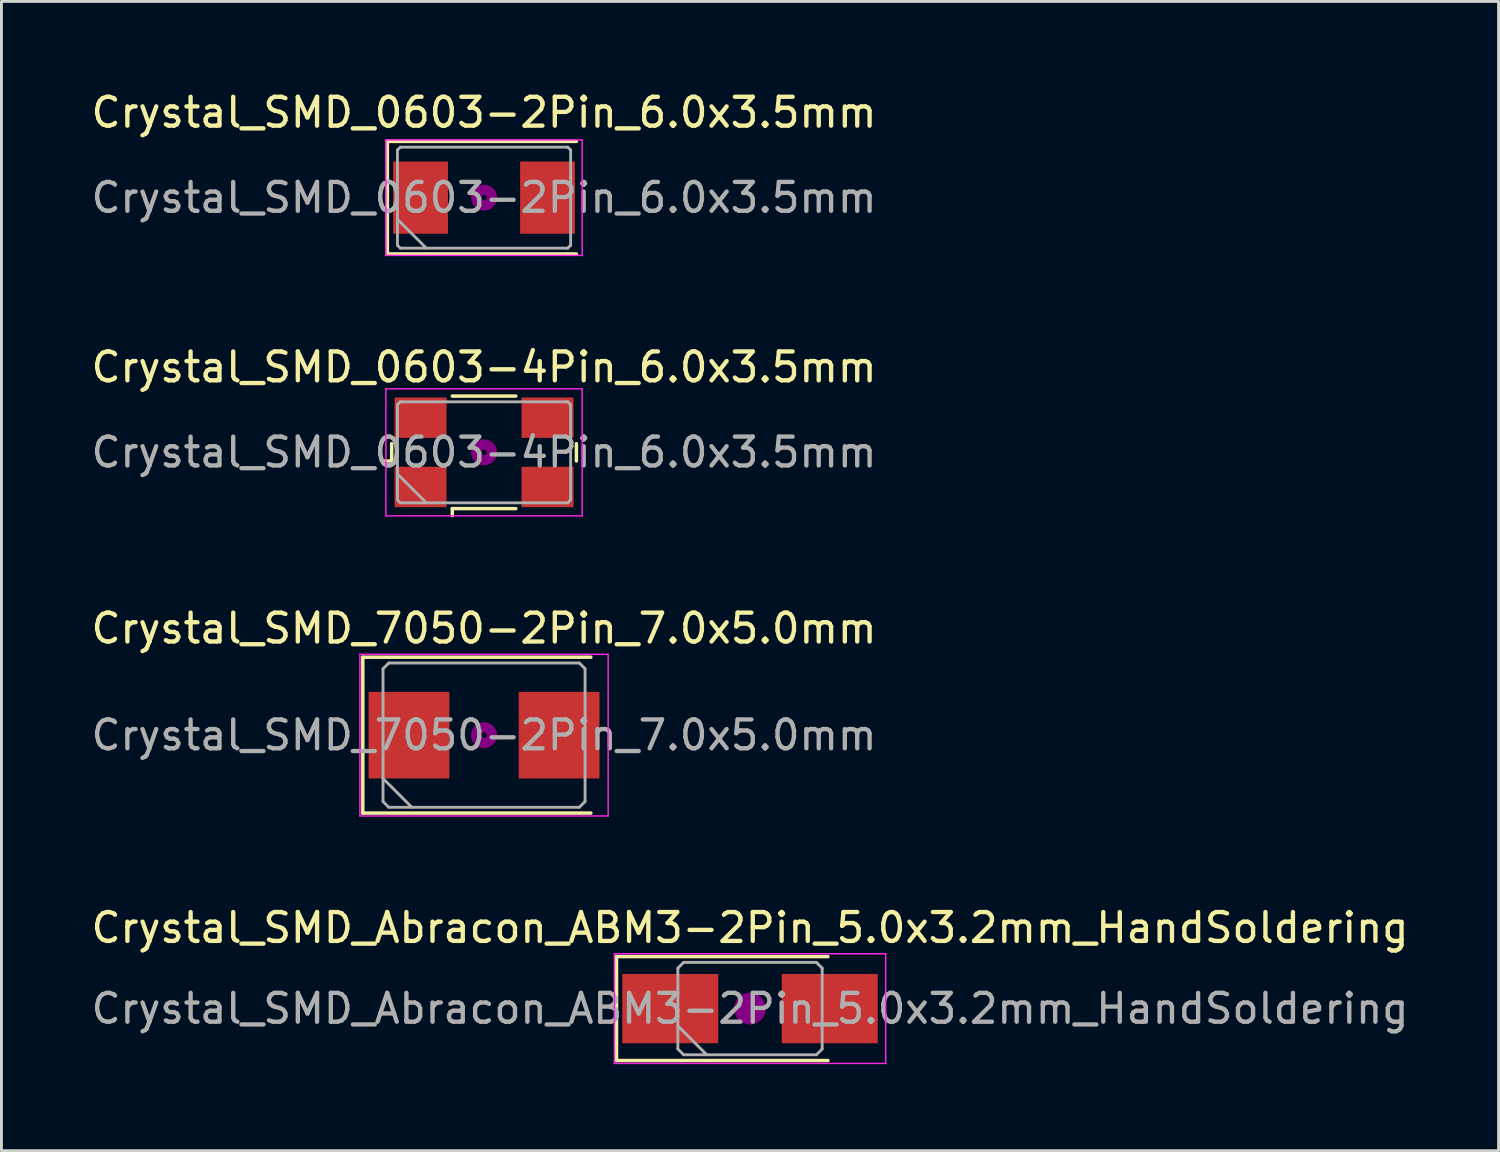
<source format=kicad_pcb>
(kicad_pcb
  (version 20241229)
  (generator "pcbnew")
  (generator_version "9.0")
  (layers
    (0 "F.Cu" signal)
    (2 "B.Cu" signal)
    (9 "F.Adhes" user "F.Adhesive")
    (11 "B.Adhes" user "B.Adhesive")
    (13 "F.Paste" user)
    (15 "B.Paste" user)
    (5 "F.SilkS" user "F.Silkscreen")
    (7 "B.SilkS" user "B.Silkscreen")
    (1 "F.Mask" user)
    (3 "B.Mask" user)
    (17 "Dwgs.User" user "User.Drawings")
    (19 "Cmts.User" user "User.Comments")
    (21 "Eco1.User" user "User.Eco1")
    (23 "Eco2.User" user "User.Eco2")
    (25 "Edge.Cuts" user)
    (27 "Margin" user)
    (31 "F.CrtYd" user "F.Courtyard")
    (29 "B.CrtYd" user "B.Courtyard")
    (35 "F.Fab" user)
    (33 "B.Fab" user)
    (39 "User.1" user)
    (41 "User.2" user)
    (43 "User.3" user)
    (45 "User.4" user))
  (footprint "Crystal_SMD_Abracon_ABM3-2Pin_5.0x3.2mm_HandSoldering"
    (layer "F.Cu")
    (at 22.935 31.893)
    (property "Reference" "Crystal_SMD_Abracon_ABM3-2Pin_5.0x3.2mm_HandSoldering" (at 0 -2.8 0) (layer "F.SilkS") (effects (font (size 1 1) (thickness 0.15))))
    (attr smd)
    (fp_line (start -4.625 -1.8) (end -4.625 1.8) (stroke (width 0.12) (type solid)) (layer "F.SilkS"))
    (fp_line (start -4.625 1.8) (end 2.7 1.8) (stroke (width 0.12) (type solid)) (layer "F.SilkS"))
    (fp_line (start 2.7 -1.8) (end -4.625 -1.8) (stroke (width 0.12) (type solid)) (layer "F.SilkS"))
    (fp_circle (center 0 0) (end 0.117 0) (stroke (width 0.233) (type solid)) (fill no) (layer "F.Adhes"))
    (fp_circle (center 0 0) (end 0.267 0) (stroke (width 0.167) (type solid)) (fill no) (layer "F.Adhes"))
    (fp_circle (center 0 0) (end 0.417 0) (stroke (width 0.167) (type solid)) (fill no) (layer "F.Adhes"))
    (fp_circle (center 0 0) (end 0.5 0) (stroke (width 0.1) (type solid)) (fill no) (layer "F.Adhes"))
    (fp_line (start -4.7 -1.9) (end -4.7 1.9) (stroke (width 0.05) (type solid)) (layer "F.CrtYd"))
    (fp_line (start -4.7 1.9) (end 4.7 1.9) (stroke (width 0.05) (type solid)) (layer "F.CrtYd"))
    (fp_line (start 4.7 -1.9) (end -4.7 -1.9) (stroke (width 0.05) (type solid)) (layer "F.CrtYd"))
    (fp_line (start 4.7 1.9) (end 4.7 -1.9) (stroke (width 0.05) (type solid)) (layer "F.CrtYd"))
    (fp_line (start -2.5 -1.4) (end -2.3 -1.6) (stroke (width 0.1) (type solid)) (layer "F.Fab"))
    (fp_line (start -2.5 0.6) (end -1.5 1.6) (stroke (width 0.1) (type solid)) (layer "F.Fab"))
    (fp_line (start -2.5 1.4) (end -2.5 -1.4) (stroke (width 0.1) (type solid)) (layer "F.Fab"))
    (fp_line (start -2.3 -1.6) (end 2.3 -1.6) (stroke (width 0.1) (type solid)) (layer "F.Fab"))
    (fp_line (start -2.3 1.6) (end -2.5 1.4) (stroke (width 0.1) (type solid)) (layer "F.Fab"))
    (fp_line (start 2.3 -1.6) (end 2.5 -1.4) (stroke (width 0.1) (type solid)) (layer "F.Fab"))
    (fp_line (start 2.3 1.6) (end -2.3 1.6) (stroke (width 0.1) (type solid)) (layer "F.Fab"))
    (fp_line (start 2.5 -1.4) (end 2.5 1.4) (stroke (width 0.1) (type solid)) (layer "F.Fab"))
    (fp_line (start 2.5 1.4) (end 2.3 1.6) (stroke (width 0.1) (type solid)) (layer "F.Fab"))
    (fp_text user "${REFERENCE}" (at 0 0 0) (layer "F.Fab") (effects (font (size 1 1) (thickness 0.15))))
    (pad "1" smd rect (at -2.763 0) (size 3.325 2.4) (layers "F.Cu" "F.Mask" "F.Paste"))
    (pad "2" smd rect (at 2.763 0) (size 3.325 2.4) (layers "F.Cu" "F.Mask" "F.Paste")))
  (footprint "Crystal_SMD_7050-2Pin_7.0x5.0mm"
    (layer "F.Cu")
    (at 13.72 22.42)
    (property "Reference" "Crystal_SMD_7050-2Pin_7.0x5.0mm" (at 0 -3.7 0) (layer "F.SilkS") (effects (font (size 1 1) (thickness 0.15))))
    (attr smd)
    (fp_line (start -4.2 -2.7) (end -4.2 2.7) (stroke (width 0.12) (type solid)) (layer "F.SilkS"))
    (fp_line (start -4.2 2.7) (end 3.7 2.7) (stroke (width 0.12) (type solid)) (layer "F.SilkS"))
    (fp_line (start 3.7 -2.7) (end -4.2 -2.7) (stroke (width 0.12) (type solid)) (layer "F.SilkS"))
    (fp_circle (center 0 0) (end 0.093 0) (stroke (width 0.187) (type solid)) (fill no) (layer "F.Adhes"))
    (fp_circle (center 0 0) (end 0.213 0) (stroke (width 0.133) (type solid)) (fill no) (layer "F.Adhes"))
    (fp_circle (center 0 0) (end 0.333 0) (stroke (width 0.133) (type solid)) (fill no) (layer "F.Adhes"))
    (fp_circle (center 0 0) (end 0.4 0) (stroke (width 0.1) (type solid)) (fill no) (layer "F.Adhes"))
    (fp_line (start -4.3 -2.8) (end -4.3 2.8) (stroke (width 0.05) (type solid)) (layer "F.CrtYd"))
    (fp_line (start -4.3 2.8) (end 4.3 2.8) (stroke (width 0.05) (type solid)) (layer "F.CrtYd"))
    (fp_line (start 4.3 -2.8) (end -4.3 -2.8) (stroke (width 0.05) (type solid)) (layer "F.CrtYd"))
    (fp_line (start 4.3 2.8) (end 4.3 -2.8) (stroke (width 0.05) (type solid)) (layer "F.CrtYd"))
    (fp_line (start -3.5 -2.3) (end -3.3 -2.5) (stroke (width 0.1) (type solid)) (layer "F.Fab"))
    (fp_line (start -3.5 1.5) (end -2.5 2.5) (stroke (width 0.1) (type solid)) (layer "F.Fab"))
    (fp_line (start -3.5 2.3) (end -3.5 -2.3) (stroke (width 0.1) (type solid)) (layer "F.Fab"))
    (fp_line (start -3.3 -2.5) (end 3.3 -2.5) (stroke (width 0.1) (type solid)) (layer "F.Fab"))
    (fp_line (start -3.3 2.5) (end -3.5 2.3) (stroke (width 0.1) (type solid)) (layer "F.Fab"))
    (fp_line (start 3.3 -2.5) (end 3.5 -2.3) (stroke (width 0.1) (type solid)) (layer "F.Fab"))
    (fp_line (start 3.3 2.5) (end -3.3 2.5) (stroke (width 0.1) (type solid)) (layer "F.Fab"))
    (fp_line (start 3.5 -2.3) (end 3.5 2.3) (stroke (width 0.1) (type solid)) (layer "F.Fab"))
    (fp_line (start 3.5 2.3) (end 3.3 2.5) (stroke (width 0.1) (type solid)) (layer "F.Fab"))
    (fp_text user "${REFERENCE}" (at 0 0 0) (layer "F.Fab") (effects (font (size 1 1) (thickness 0.15))))
    (pad "1" smd rect (at -2.6 0) (size 2.8 3) (layers "F.Cu" "F.Mask" "F.Paste"))
    (pad "2" smd rect (at 2.6 0) (size 2.8 3) (layers "F.Cu" "F.Mask" "F.Paste")))
  (footprint "Crystal_SMD_0603-4Pin_6.0x3.5mm"
    (layer "F.Cu")
    (at 13.72 12.621)
    (property "Reference" "Crystal_SMD_0603-4Pin_6.0x3.5mm" (at 0 -2.95 0) (layer "F.SilkS") (effects (font (size 1 1) (thickness 0.15))))
    (attr smd)
    (fp_line (start -3.44 0.3) (end -3.2 0.3) (stroke (width 0.12) (type solid)) (layer "F.SilkS"))
    (fp_line (start -3.2 0.3) (end -3.2 -0.3) (stroke (width 0.12) (type solid)) (layer "F.SilkS"))
    (fp_line (start -1.1 -1.95) (end 1.1 -1.95) (stroke (width 0.12) (type solid)) (layer "F.SilkS"))
    (fp_line (start -1.1 1.95) (end -1.1 2.19) (stroke (width 0.12) (type solid)) (layer "F.SilkS"))
    (fp_line (start 1.1 1.95) (end -1.1 1.95) (stroke (width 0.12) (type solid)) (layer "F.SilkS"))
    (fp_line (start 3.2 -0.3) (end 3.2 0.3) (stroke (width 0.12) (type solid)) (layer "F.SilkS"))
    (fp_circle (center 0 0) (end 0.093 0) (stroke (width 0.187) (type solid)) (fill no) (layer "F.Adhes"))
    (fp_circle (center 0 0) (end 0.213 0) (stroke (width 0.133) (type solid)) (fill no) (layer "F.Adhes"))
    (fp_circle (center 0 0) (end 0.333 0) (stroke (width 0.133) (type solid)) (fill no) (layer "F.Adhes"))
    (fp_circle (center 0 0) (end 0.4 0) (stroke (width 0.1) (type solid)) (fill no) (layer "F.Adhes"))
    (fp_line (start -3.4 -2.2) (end -3.4 2.2) (stroke (width 0.05) (type solid)) (layer "F.CrtYd"))
    (fp_line (start -3.4 2.2) (end 3.4 2.2) (stroke (width 0.05) (type solid)) (layer "F.CrtYd"))
    (fp_line (start 3.4 -2.2) (end -3.4 -2.2) (stroke (width 0.05) (type solid)) (layer "F.CrtYd"))
    (fp_line (start 3.4 2.2) (end 3.4 -2.2) (stroke (width 0.05) (type solid)) (layer "F.CrtYd"))
    (fp_line (start -3 -1.65) (end -2.9 -1.75) (stroke (width 0.1) (type solid)) (layer "F.Fab"))
    (fp_line (start -3 0.75) (end -2 1.75) (stroke (width 0.1) (type solid)) (layer "F.Fab"))
    (fp_line (start -3 1.65) (end -3 -1.65) (stroke (width 0.1) (type solid)) (layer "F.Fab"))
    (fp_line (start -2.9 -1.75) (end 2.9 -1.75) (stroke (width 0.1) (type solid)) (layer "F.Fab"))
    (fp_line (start -2.9 1.75) (end -3 1.65) (stroke (width 0.1) (type solid)) (layer "F.Fab"))
    (fp_line (start 2.9 -1.75) (end 3 -1.65) (stroke (width 0.1) (type solid)) (layer "F.Fab"))
    (fp_line (start 2.9 1.75) (end -2.9 1.75) (stroke (width 0.1) (type solid)) (layer "F.Fab"))
    (fp_line (start 3 -1.65) (end 3 1.65) (stroke (width 0.1) (type solid)) (layer "F.Fab"))
    (fp_line (start 3 1.65) (end 2.9 1.75) (stroke (width 0.1) (type solid)) (layer "F.Fab"))
    (fp_text user "${REFERENCE}" (at 0 0 0) (layer "F.Fab") (effects (font (size 1 1) (thickness 0.15))))
    (pad "1" smd rect (at -2.2 1.2) (size 1.8 1.4) (layers "F.Cu" "F.Mask" "F.Paste"))
    (pad "2" smd rect (at 2.2 1.2) (size 1.8 1.4) (layers "F.Cu" "F.Mask" "F.Paste"))
    (pad "3" smd rect (at 2.2 -1.2) (size 1.8 1.4) (layers "F.Cu" "F.Mask" "F.Paste"))
    (pad "4" smd rect (at -2.2 -1.2) (size 1.8 1.4) (layers "F.Cu" "F.Mask" "F.Paste")))
  (footprint "Crystal_SMD_0603-2Pin_6.0x3.5mm"
    (layer "F.Cu")
    (at 13.72 3.798)
    (property "Reference" "Crystal_SMD_0603-2Pin_6.0x3.5mm" (at 0 -2.95 0) (layer "F.SilkS") (effects (font (size 1 1) (thickness 0.15))))
    (attr smd)
    (fp_line (start -3.35 -1.95) (end -3.35 1.95) (stroke (width 0.12) (type solid)) (layer "F.SilkS"))
    (fp_line (start -3.35 1.95) (end 3.2 1.95) (stroke (width 0.12) (type solid)) (layer "F.SilkS"))
    (fp_line (start 3.2 -1.95) (end -3.35 -1.95) (stroke (width 0.12) (type solid)) (layer "F.SilkS"))
    (fp_circle (center 0 0) (end 0.093 0) (stroke (width 0.187) (type solid)) (fill no) (layer "F.Adhes"))
    (fp_circle (center 0 0) (end 0.213 0) (stroke (width 0.133) (type solid)) (fill no) (layer "F.Adhes"))
    (fp_circle (center 0 0) (end 0.333 0) (stroke (width 0.133) (type solid)) (fill no) (layer "F.Adhes"))
    (fp_circle (center 0 0) (end 0.4 0) (stroke (width 0.1) (type solid)) (fill no) (layer "F.Adhes"))
    (fp_line (start -3.4 -2) (end -3.4 2) (stroke (width 0.05) (type solid)) (layer "F.CrtYd"))
    (fp_line (start -3.4 2) (end 3.4 2) (stroke (width 0.05) (type solid)) (layer "F.CrtYd"))
    (fp_line (start 3.4 -2) (end -3.4 -2) (stroke (width 0.05) (type solid)) (layer "F.CrtYd"))
    (fp_line (start 3.4 2) (end 3.4 -2) (stroke (width 0.05) (type solid)) (layer "F.CrtYd"))
    (fp_line (start -3 -1.65) (end -2.9 -1.75) (stroke (width 0.1) (type solid)) (layer "F.Fab"))
    (fp_line (start -3 0.75) (end -2 1.75) (stroke (width 0.1) (type solid)) (layer "F.Fab"))
    (fp_line (start -3 1.65) (end -3 -1.65) (stroke (width 0.1) (type solid)) (layer "F.Fab"))
    (fp_line (start -2.9 -1.75) (end 2.9 -1.75) (stroke (width 0.1) (type solid)) (layer "F.Fab"))
    (fp_line (start -2.9 1.75) (end -3 1.65) (stroke (width 0.1) (type solid)) (layer "F.Fab"))
    (fp_line (start 2.9 -1.75) (end 3 -1.65) (stroke (width 0.1) (type solid)) (layer "F.Fab"))
    (fp_line (start 2.9 1.75) (end -2.9 1.75) (stroke (width 0.1) (type solid)) (layer "F.Fab"))
    (fp_line (start 3 -1.65) (end 3 1.65) (stroke (width 0.1) (type solid)) (layer "F.Fab"))
    (fp_line (start 3 1.65) (end 2.9 1.75) (stroke (width 0.1) (type solid)) (layer "F.Fab"))
    (fp_text user "${REFERENCE}" (at 0 0 0) (layer "F.Fab") (effects (font (size 1 1) (thickness 0.15))))
    (pad "1" smd rect (at -2.2 0) (size 1.9 2.5) (layers "F.Cu" "F.Mask" "F.Paste"))
    (pad "2" smd rect (at 2.2 0) (size 1.9 2.5) (layers "F.Cu" "F.Mask" "F.Paste")))
  (gr_rect
    (start -3 -3)
    (end 48.869 36.818)
    (stroke (width 0.1) (type default))
    (fill no)
    (layer "Edge.Cuts")))
</source>
